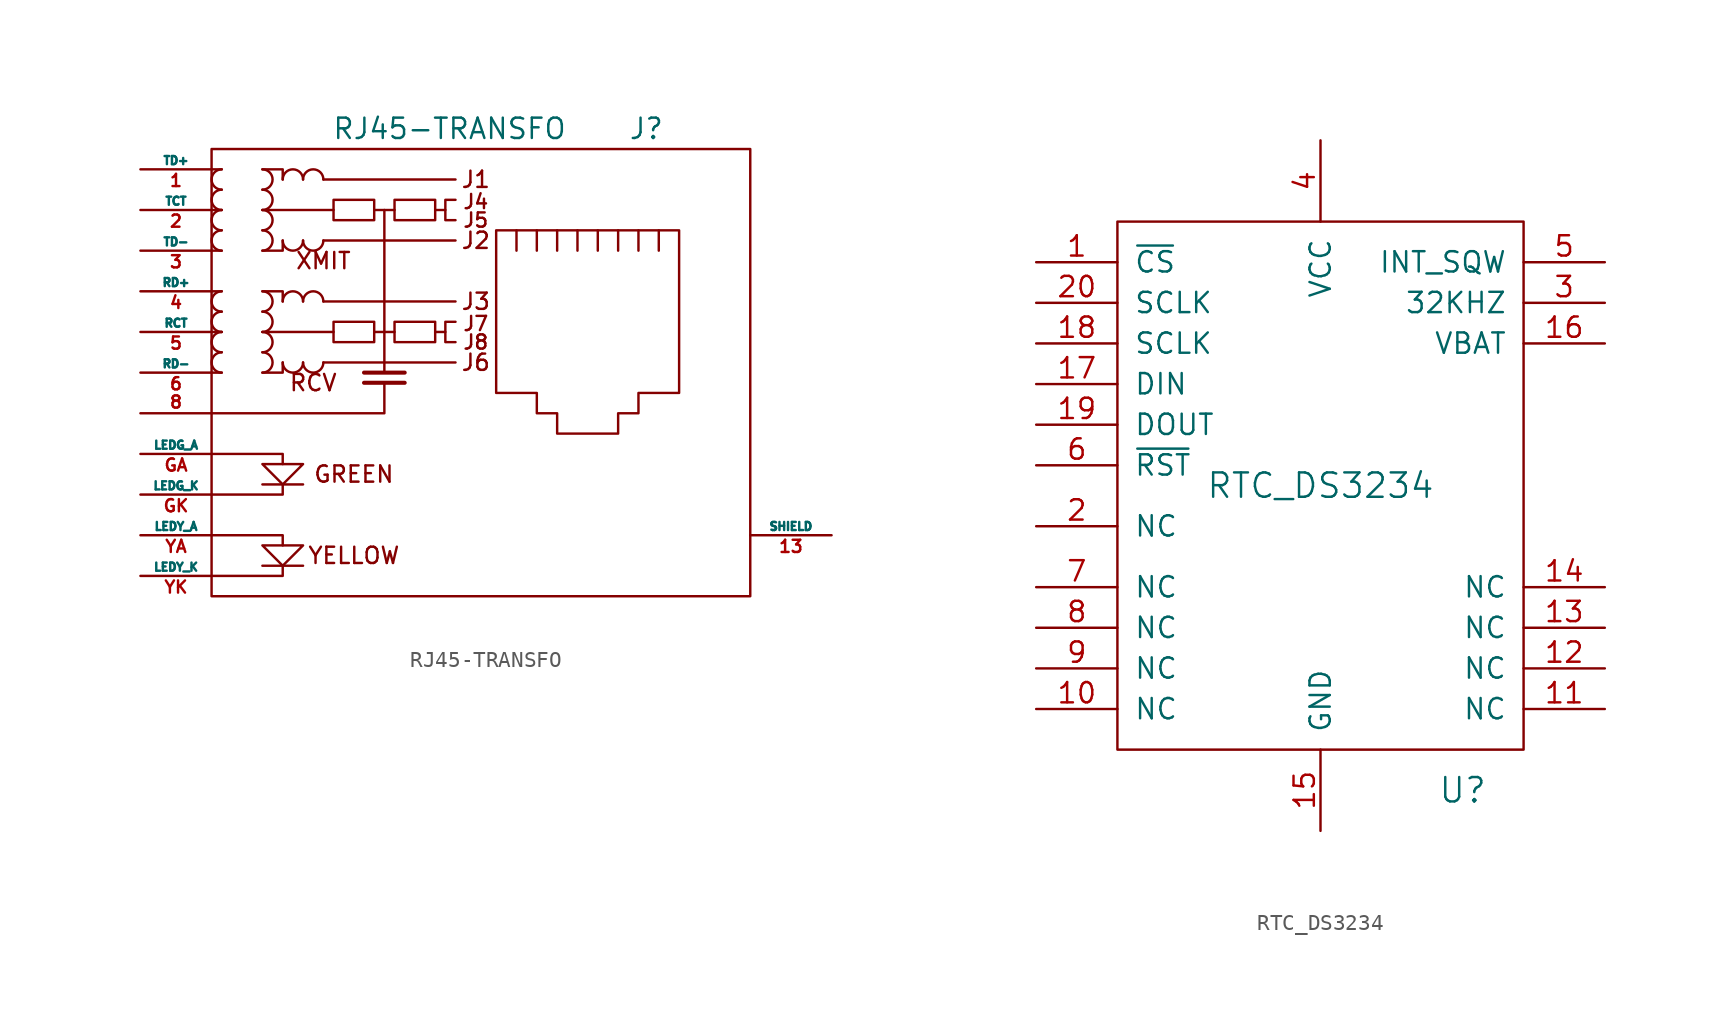
<source format=kicad_sym>
(kicad_symbol_lib
  (version 20231120)
  (generator "kicad_symbol_editor")
  (generator_version "8.0")
  (symbol "RJ45-TRANSFO"
    (pin_names
      (offset 0))
    (property "Reference" "J"
      (at 2.54 15.24 0)
      (effects (font (size 1.27 1.27)) (justify left)))
    (property "Value" "RJ45-TRANSFO"
      (at -1.27 15.24 0)
      (effects (font (size 1.27 1.27)) (justify right)))
    (symbol "RJ45-TRANSFO_0_0"
      (polyline (pts (xy -17.78 -12.065) (xy -20.32 -12.065) (xy -20.32 -12.065)) (stroke (width 0) (type solid)) (fill (type none)))
      (polyline (pts (xy -17.78 -6.985) (xy -20.32 -6.985) (xy -20.32 -6.985)) (stroke (width 0) (type solid)) (fill (type none)))
      (polyline (pts (xy -12.7 2.54) (xy -12.7 0) (xy -12.7 0)) (stroke (width 0) (type solid)) (fill (type none)))
      (polyline (pts (xy -12.7 10.16) (xy -12.7 2.54) (xy -12.7 2.54)) (stroke (width 0) (type solid)) (fill (type none)))
      (polyline (pts (xy -11.43 -0.635) (xy -13.97 -0.635) (xy -13.97 -0.635)) (stroke (width 0.254) (type solid)) (fill (type none)))
      (polyline (pts (xy -8.89 2.54) (xy -9.525 2.54) (xy -9.525 2.54)) (stroke (width 0) (type solid)) (fill (type none)))
      (polyline (pts (xy -8.89 10.16) (xy -9.525 10.16) (xy -9.525 10.16)) (stroke (width 0) (type solid)) (fill (type none)))
      (polyline (pts (xy -23.495 -12.7) (xy -19.05 -12.7) (xy -19.05 -12.065) (xy -19.05 -12.065)) (stroke (width 0) (type solid)) (fill (type none)))
      (polyline (pts (xy -23.495 -10.16) (xy -19.05 -10.16) (xy -19.05 -10.795) (xy -19.05 -10.795)) (stroke (width 0) (type solid)) (fill (type none)))
      (polyline (pts (xy -23.495 -5.08) (xy -19.05 -5.08) (xy -19.05 -5.715) (xy -19.05 -5.715)) (stroke (width 0) (type solid)) (fill (type none)))
      (polyline (pts (xy -19.05 -6.985) (xy -19.05 -7.62) (xy -23.495 -7.62) (xy -22.86 -7.62)) (stroke (width 0) (type solid)) (fill (type none)))
      (polyline (pts (xy -12.7 -0.635) (xy -12.7 -2.54) (xy -23.495 -2.54) (xy -22.225 -2.54)) (stroke (width 0) (type solid)) (fill (type none)))
      (polyline (pts (xy -11.43 0) (xy -13.335 0) (xy -13.97 0) (xy -13.97 0)) (stroke (width 0.254) (type solid)) (fill (type none)))
      (polyline (pts (xy -20.32 -5.715) (xy -17.78 -5.715) (xy -19.05 -6.985) (xy -20.32 -5.715) (xy -20.32 -5.715)) (stroke (width 0) (type solid)) (fill (type none)))
      (polyline (pts (xy -17.78 -10.795) (xy -20.32 -10.795) (xy -19.05 -12.065) (xy -17.78 -10.795) (xy -17.78 -10.795)) (stroke (width 0) (type solid)) (fill (type none)))
      (polyline (pts (xy -8.255 3.175) (xy -8.89 3.175) (xy -8.89 1.905) (xy -8.255 1.905) (xy -8.255 1.905)) (stroke (width 0) (type solid)) (fill (type none)))
      (polyline (pts (xy -8.255 10.795) (xy -8.89 10.795) (xy -8.89 9.525) (xy -8.255 9.525) (xy -8.255 9.525)) (stroke (width 0) (type solid)) (fill (type none)))
      (text "GREEN" (at -14.605 -6.35 0) (effects (font (size 1.016 1.016))))
      (text "J1" (at -6.985 12.065 0) (effects (font (size 1.016 1.016))))
      (text "J2" (at -6.985 8.255 0) (effects (font (size 1.016 1.016))))
      (text "J3" (at -6.985 4.445 0) (effects (font (size 1.016 1.016))))
      (text "J4" (at -6.985 10.16 0) (effects (font (size 0.889 0.889)) (justify bottom)))
      (text "J5" (at -6.985 9.525 0) (effects (font (size 0.889 0.889))))
      (text "J6" (at -6.985 0.635 0) (effects (font (size 1.016 1.016))))
      (text "J7" (at -6.985 2.54 0) (effects (font (size 0.889 0.889)) (justify bottom)))
      (text "J8" (at -6.985 1.905 0) (effects (font (size 0.889 0.889))))
      (text "RCV" (at -17.145 -0.635 0) (effects (font (size 1.016 1.016))))
      (text "XMIT" (at -16.51 6.985 0) (effects (font (size 1.016 1.016))))
      (text "YELLOW" (at -14.605 -11.43 0) (effects (font (size 1.016 1.016)))))
    (symbol "RJ45-TRANSFO_0_1"
      (rectangle (start -23.495 -13.97) (end 10.16 13.97) (stroke (width 0) (type solid)) (fill (type none)))
      (arc (start -22.86 1.27) (mid -23.495 0.635) (end -22.86 0) (stroke (width 0) (type solid)) (fill (type none)))
      (arc (start -22.86 2.54) (mid -23.495 1.905) (end -22.86 1.27) (stroke (width 0) (type solid)) (fill (type none)))
      (arc (start -22.86 3.81) (mid -23.495 3.175) (end -22.86 2.54) (stroke (width 0) (type solid)) (fill (type none)))
      (arc (start -22.86 5.08) (mid -23.495 4.445) (end -22.86 3.81) (stroke (width 0) (type solid)) (fill (type none)))
      (arc (start -22.86 8.89) (mid -23.495 8.255) (end -22.86 7.62) (stroke (width 0) (type solid)) (fill (type none)))
      (arc (start -22.86 10.16) (mid -23.495 9.525) (end -22.86 8.89) (stroke (width 0) (type solid)) (fill (type none)))
      (arc (start -22.86 11.43) (mid -23.495 10.795) (end -22.86 10.16) (stroke (width 0) (type solid)) (fill (type none)))
      (arc (start -22.86 12.7) (mid -23.495 12.065) (end -22.86 11.43) (stroke (width 0) (type solid)) (fill (type none)))
      (arc (start -20.32 0) (mid -19.685 0.635) (end -20.32 1.27) (stroke (width 0) (type solid)) (fill (type none)))
      (arc (start -20.32 1.27) (mid -19.685 1.905) (end -20.32 2.54) (stroke (width 0) (type solid)) (fill (type none)))
      (arc (start -20.32 2.54) (mid -19.685 3.175) (end -20.32 3.81) (stroke (width 0) (type solid)) (fill (type none)))
      (arc (start -20.32 3.81) (mid -19.685 4.445) (end -20.32 5.08) (stroke (width 0) (type solid)) (fill (type none)))
      (arc (start -20.32 7.62) (mid -19.685 8.255) (end -20.32 8.89) (stroke (width 0) (type solid)) (fill (type none)))
      (arc (start -20.32 8.89) (mid -19.685 9.525) (end -20.32 10.16) (stroke (width 0) (type solid)) (fill (type none)))
      (arc (start -20.32 10.16) (mid -19.685 10.795) (end -20.32 11.43) (stroke (width 0) (type solid)) (fill (type none)))
      (arc (start -20.32 11.43) (mid -19.685 12.065) (end -20.32 12.7) (stroke (width 0) (type solid)) (fill (type none)))
      (arc (start -19.05 0.635) (mid -18.415 0) (end -17.78 0.635) (stroke (width 0) (type solid)) (fill (type none)))
      (arc (start -19.05 8.255) (mid -18.415 7.62) (end -17.78 8.255) (stroke (width 0) (type solid)) (fill (type none)))
      (arc (start -17.78 0.635) (mid -17.145 0) (end -16.51 0.635) (stroke (width 0) (type solid)) (fill (type none)))
      (arc (start -17.78 4.445) (mid -18.415 5.08) (end -19.05 4.445) (stroke (width 0) (type solid)) (fill (type none)))
      (arc (start -17.78 8.255) (mid -17.145 7.62) (end -16.51 8.255) (stroke (width 0) (type solid)) (fill (type none)))
      (arc (start -17.78 12.065) (mid -18.415 12.7) (end -19.05 12.065) (stroke (width 0) (type solid)) (fill (type none)))
      (arc (start -16.51 4.445) (mid -17.145 5.08) (end -17.78 4.445) (stroke (width 0) (type solid)) (fill (type none)))
      (arc (start -16.51 12.065) (mid -17.145 12.7) (end -17.78 12.065) (stroke (width 0) (type solid)) (fill (type none)))
      (rectangle (start -15.875 3.175) (end -13.335 1.905) (stroke (width 0) (type solid)) (fill (type none)))
      (rectangle (start -15.875 10.795) (end -13.335 9.525) (stroke (width 0) (type solid)) (fill (type none)))
      (rectangle (start -12.065 3.175) (end -9.525 1.905) (stroke (width 0) (type solid)) (fill (type none)))
      (rectangle (start -12.065 10.795) (end -9.525 9.525) (stroke (width 0) (type solid)) (fill (type none)))
      (polyline (pts (xy -22.86 0) (xy -23.495 0) (xy -23.495 0)) (stroke (width 0) (type solid)) (fill (type none)))
      (polyline (pts (xy -22.86 2.54) (xy -23.495 2.54) (xy -23.495 2.54)) (stroke (width 0) (type solid)) (fill (type none)))
      (polyline (pts (xy -22.86 5.08) (xy -23.495 5.08) (xy -23.495 5.08)) (stroke (width 0) (type solid)) (fill (type none)))
      (polyline (pts (xy -22.86 7.62) (xy -23.495 7.62) (xy -23.495 7.62)) (stroke (width 0) (type solid)) (fill (type none)))
      (polyline (pts (xy -22.86 10.16) (xy -23.495 10.16) (xy -23.495 10.16)) (stroke (width 0) (type solid)) (fill (type none)))
      (polyline (pts (xy -16.51 0.635) (xy -8.255 0.635) (xy -8.255 0.635)) (stroke (width 0) (type solid)) (fill (type none)))
      (polyline (pts (xy -16.51 4.445) (xy -8.255 4.445) (xy -8.255 4.445)) (stroke (width 0) (type solid)) (fill (type none)))
      (polyline (pts (xy -16.51 8.255) (xy -8.255 8.255) (xy -8.255 8.255)) (stroke (width 0) (type solid)) (fill (type none)))
      (polyline (pts (xy -16.51 12.065) (xy -8.255 12.065) (xy -8.255 12.065)) (stroke (width 0) (type solid)) (fill (type none)))
      (polyline (pts (xy -13.335 2.54) (xy -12.065 2.54) (xy -12.065 2.54)) (stroke (width 0) (type solid)) (fill (type none)))
      (polyline (pts (xy -13.335 10.16) (xy -12.065 10.16) (xy -12.065 10.16)) (stroke (width 0) (type solid)) (fill (type none)))
      (polyline (pts (xy -4.445 7.62) (xy -4.445 8.89) (xy -4.445 8.89)) (stroke (width 0) (type solid)) (fill (type none)))
      (polyline (pts (xy -3.175 8.89) (xy -3.175 7.62) (xy -3.175 7.62)) (stroke (width 0) (type solid)) (fill (type none)))
      (polyline (pts (xy -1.905 8.89) (xy -1.905 7.62) (xy -1.905 7.62)) (stroke (width 0) (type solid)) (fill (type none)))
      (polyline (pts (xy -0.635 8.89) (xy -0.635 7.62) (xy -0.635 7.62)) (stroke (width 0) (type solid)) (fill (type none)))
      (polyline (pts (xy 0.635 8.89) (xy 0.635 7.62) (xy 0.635 7.62)) (stroke (width 0) (type solid)) (fill (type none)))
      (polyline (pts (xy 1.905 8.89) (xy 1.905 7.62) (xy 1.905 7.62)) (stroke (width 0) (type solid)) (fill (type none)))
      (polyline (pts (xy 3.175 7.62) (xy 3.175 8.89) (xy 3.175 8.89)) (stroke (width 0) (type solid)) (fill (type none)))
      (polyline (pts (xy 4.445 7.62) (xy 4.445 8.89) (xy 4.445 8.89)) (stroke (width 0) (type solid)) (fill (type none)))
      (polyline (pts (xy -22.86 12.7) (xy -23.495 12.7) (xy -23.495 12.7) (xy -23.495 12.7)) (stroke (width 0) (type solid)) (fill (type none)))
      (polyline (pts (xy -19.05 0.635) (xy -19.05 0) (xy -20.32 0) (xy -20.32 0)) (stroke (width 0) (type solid)) (fill (type none)))
      (polyline (pts (xy -19.05 8.255) (xy -19.05 7.62) (xy -20.32 7.62) (xy -20.32 7.62)) (stroke (width 0) (type solid)) (fill (type none)))
      (polyline (pts (xy -15.875 2.54) (xy -20.32 2.54) (xy -20.32 2.54) (xy -20.32 2.54)) (stroke (width 0) (type solid)) (fill (type none)))
      (polyline (pts (xy -15.875 10.16) (xy -20.32 10.16) (xy -20.32 10.16) (xy -20.32 10.16)) (stroke (width 0) (type solid)) (fill (type none)))
      (polyline (pts (xy -20.32 5.08) (xy -19.05 5.08) (xy -19.05 4.445) (xy -19.05 4.445) (xy -19.05 4.445) (xy -19.05 4.445)) (stroke (width 0) (type solid)) (fill (type none)))
      (polyline (pts (xy -20.32 12.7) (xy -19.05 12.7) (xy -19.05 12.065) (xy -19.05 12.065) (xy -19.05 12.065) (xy -19.05 12.065)) (stroke (width 0) (type solid)) (fill (type none)))
      (polyline (pts (xy -5.715 8.89) (xy 5.715 8.89) (xy 5.715 -1.27) (xy 3.175 -1.27) (xy 3.175 -2.54) (xy 1.905 -2.54) (xy 1.905 -3.81) (xy -1.905 -3.81) (xy -1.905 -2.54) (xy -3.175 -2.54) (xy -3.175 -1.27) (xy -5.715 -1.27) (xy -5.715 8.89) (xy -5.715 8.89)) (stroke (width 0) (type solid)) (fill (type none))))
    (symbol "RJ45-TRANSFO_1_1"
      (pin passive line (at -27.94 12.7 0) (length 4.445) (name "TD+" (effects (font (size 0.508 0.508)))) (number "1" (effects (font (size 0.762 0.762)))))
      (pin passive line (at 15.24 -10.16 180) (length 5.08) (name "SHIELD" (effects (font (size 0.508 0.508)))) (number "13" (effects (font (size 0.762 0.762)))))
      (pin passive line (at -27.94 10.16 0) (length 4.445) (name "TCT" (effects (font (size 0.508 0.508)))) (number "2" (effects (font (size 0.762 0.762)))))
      (pin passive line (at -27.94 7.62 0) (length 4.445) (name "TD-" (effects (font (size 0.508 0.508)))) (number "3" (effects (font (size 0.762 0.762)))))
      (pin passive line (at -27.94 5.08 0) (length 4.445) (name "RD+" (effects (font (size 0.508 0.508)))) (number "4" (effects (font (size 0.762 0.762)))))
      (pin passive line (at -27.94 2.54 0) (length 4.445) (name "RCT" (effects (font (size 0.508 0.508)))) (number "5" (effects (font (size 0.762 0.762)))))
      (pin passive line (at -27.94 0 0) (length 4.445) (name "RD-" (effects (font (size 0.508 0.508)))) (number "6" (effects (font (size 0.762 0.762)))))
      (pin passive line (at -27.94 -2.54 0) (length 4.445) (name "~" (effects (font (size 0.508 0.508)))) (number "8" (effects (font (size 0.762 0.762)))))
      (pin passive line (at -27.94 -5.08 0) (length 4.445) (name "LEDG_A" (effects (font (size 0.508 0.508)))) (number "GA" (effects (font (size 0.762 0.762)))))
      (pin passive line (at -27.94 -7.62 0) (length 4.445) (name "LEDG_K" (effects (font (size 0.508 0.508)))) (number "GK" (effects (font (size 0.762 0.762)))))
      (pin passive line (at -27.94 -10.16 0) (length 4.445) (name "LEDY_A" (effects (font (size 0.508 0.508)))) (number "YA" (effects (font (size 0.762 0.762)))))
      (pin passive line (at -27.94 -12.7 0) (length 4.445) (name "LEDY_K" (effects (font (size 0.508 0.508)))) (number "YK" (effects (font (size 0.762 0.762)))))))
  (symbol "RTC_DS3234"
    (pin_names
      (offset 1.016))
    (property "Reference" "U"
      (at 8.89 -19.05 0)
      (effects (font (size 1.524 1.524))))
    (property "Value" "RTC_DS3234"
      (at 0 0 0)
      (effects (font (size 1.524 1.524))))
    (property "Footprint" ""
      (at 0 -5.08 0)
      (effects (font (size 1.524 1.524))))
    (property "Datasheet" ""
      (at 0 -5.08 0)
      (effects (font (size 1.524 1.524))))
    (symbol "RTC_DS3234_0_1"
      (rectangle (start -12.7 16.51) (end 12.7 -16.51) (stroke (width 0) (type solid)) (fill (type none))))
    (symbol "RTC_DS3234_1_1"
      (pin input line (at -17.78 13.97 0) (length 5.08) (name "~{CS}" (effects (font (size 1.27 1.27)))) (number "1" (effects (font (size 1.27 1.27)))))
      (pin passive line (at -17.78 -13.97 0) (length 5.08) (name "NC" (effects (font (size 1.27 1.27)))) (number "10" (effects (font (size 1.27 1.27)))))
      (pin passive line (at 17.78 -13.97 180) (length 5.08) (name "NC" (effects (font (size 1.27 1.27)))) (number "11" (effects (font (size 1.27 1.27)))))
      (pin passive line (at 17.78 -11.43 180) (length 5.08) (name "NC" (effects (font (size 1.27 1.27)))) (number "12" (effects (font (size 1.27 1.27)))))
      (pin passive line (at 17.78 -8.89 180) (length 5.08) (name "NC" (effects (font (size 1.27 1.27)))) (number "13" (effects (font (size 1.27 1.27)))))
      (pin passive line (at 17.78 -6.35 180) (length 5.08) (name "NC" (effects (font (size 1.27 1.27)))) (number "14" (effects (font (size 1.27 1.27)))))
      (pin power_in line (at 0 -21.59 90) (length 5.08) (name "GND" (effects (font (size 1.27 1.27)))) (number "15" (effects (font (size 1.27 1.27)))))
      (pin power_in line (at 17.78 8.89 180) (length 5.08) (name "VBAT" (effects (font (size 1.27 1.27)))) (number "16" (effects (font (size 1.27 1.27)))))
      (pin input line (at -17.78 6.35 0) (length 5.08) (name "DIN" (effects (font (size 1.27 1.27)))) (number "17" (effects (font (size 1.27 1.27)))))
      (pin input line (at -17.78 8.89 0) (length 5.08) (name "SCLK" (effects (font (size 1.27 1.27)))) (number "18" (effects (font (size 1.27 1.27)))))
      (pin output line (at -17.78 3.81 0) (length 5.08) (name "DOUT" (effects (font (size 1.27 1.27)))) (number "19" (effects (font (size 1.27 1.27)))))
      (pin passive line (at -17.78 -2.54 0) (length 5.08) (name "NC" (effects (font (size 1.27 1.27)))) (number "2" (effects (font (size 1.27 1.27)))))
      (pin input line (at -17.78 11.43 0) (length 5.08) (name "SCLK" (effects (font (size 1.27 1.27)))) (number "20" (effects (font (size 1.27 1.27)))))
      (pin output line (at 17.78 11.43 180) (length 5.08) (name "32KHZ" (effects (font (size 1.27 1.27)))) (number "3" (effects (font (size 1.27 1.27)))))
      (pin power_in line (at 0 21.59 270) (length 5.08) (name "VCC" (effects (font (size 1.27 1.27)))) (number "4" (effects (font (size 1.27 1.27)))))
      (pin output line (at 17.78 13.97 180) (length 5.08) (name "INT_SQW" (effects (font (size 1.27 1.27)))) (number "5" (effects (font (size 1.27 1.27)))))
      (pin input line (at -17.78 1.27 0) (length 5.08) (name "~{RST}" (effects (font (size 1.27 1.27)))) (number "6" (effects (font (size 1.27 1.27)))))
      (pin passive line (at -17.78 -6.35 0) (length 5.08) (name "NC" (effects (font (size 1.27 1.27)))) (number "7" (effects (font (size 1.27 1.27)))))
      (pin passive line (at -17.78 -8.89 0) (length 5.08) (name "NC" (effects (font (size 1.27 1.27)))) (number "8" (effects (font (size 1.27 1.27)))))
      (pin passive line (at -17.78 -11.43 0) (length 5.08) (name "NC" (effects (font (size 1.27 1.27)))) (number "9" (effects (font (size 1.27 1.27))))))))
</source>
